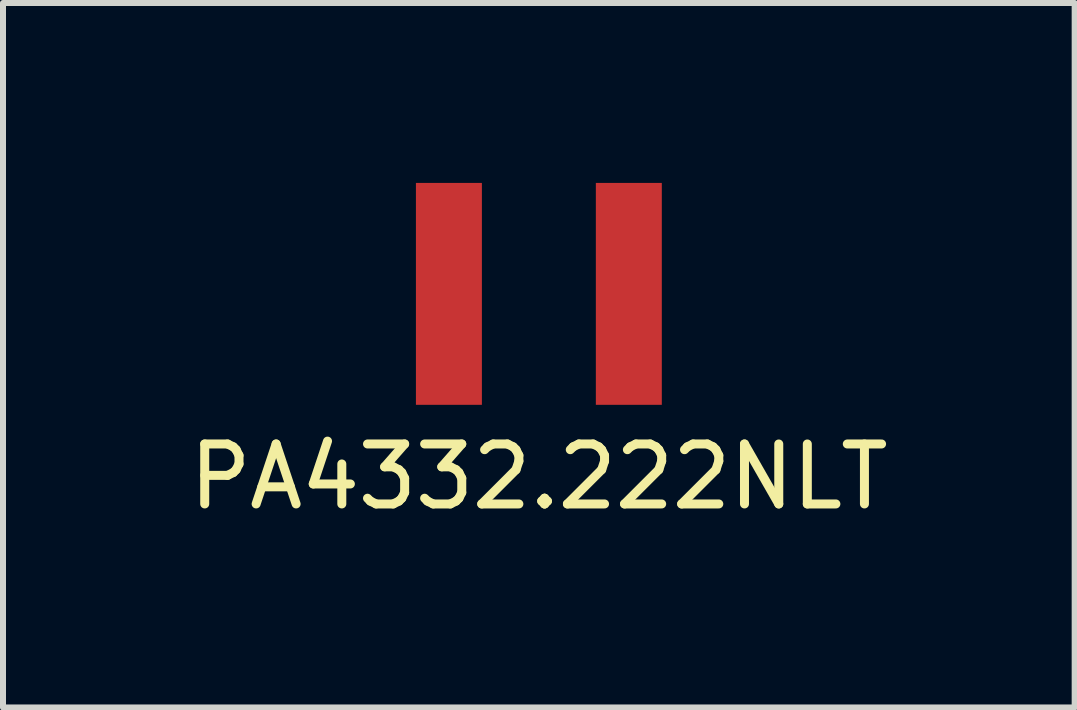
<source format=kicad_pcb>
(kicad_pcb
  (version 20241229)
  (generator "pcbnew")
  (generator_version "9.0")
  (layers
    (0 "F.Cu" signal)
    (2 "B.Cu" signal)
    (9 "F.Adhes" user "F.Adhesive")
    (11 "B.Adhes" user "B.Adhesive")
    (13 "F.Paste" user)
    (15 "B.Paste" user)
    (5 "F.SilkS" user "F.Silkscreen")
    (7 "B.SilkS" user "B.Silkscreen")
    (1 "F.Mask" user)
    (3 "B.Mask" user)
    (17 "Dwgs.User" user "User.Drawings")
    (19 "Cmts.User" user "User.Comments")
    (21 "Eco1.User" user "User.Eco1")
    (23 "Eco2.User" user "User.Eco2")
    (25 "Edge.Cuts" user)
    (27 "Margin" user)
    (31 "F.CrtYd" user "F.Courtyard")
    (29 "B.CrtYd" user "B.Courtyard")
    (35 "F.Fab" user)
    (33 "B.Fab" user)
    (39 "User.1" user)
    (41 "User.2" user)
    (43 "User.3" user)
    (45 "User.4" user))
  (footprint "PA4332.222NLT"
    (layer "F.Cu")
    (at 5.935 1.85)
    (property "Reference" "PA4332.222NLT" (at 0 3.048 0) (layer "F.SilkS") (effects (font (size 1 1) (thickness 0.15))))
    (attr through_hole)
    (pad "1" smd rect (at -1.5 0) (size 1.1 3.7) (layers "F.Cu" "F.Mask" "F.Paste"))
    (pad "2" smd rect (at 1.5 0) (size 1.1 3.7) (layers "F.Cu" "F.Mask" "F.Paste")))
  (gr_rect
    (start -3 -3)
    (end 14.869 8.746)
    (stroke (width 0.1) (type default))
    (fill no)
    (layer "Edge.Cuts")))
</source>
